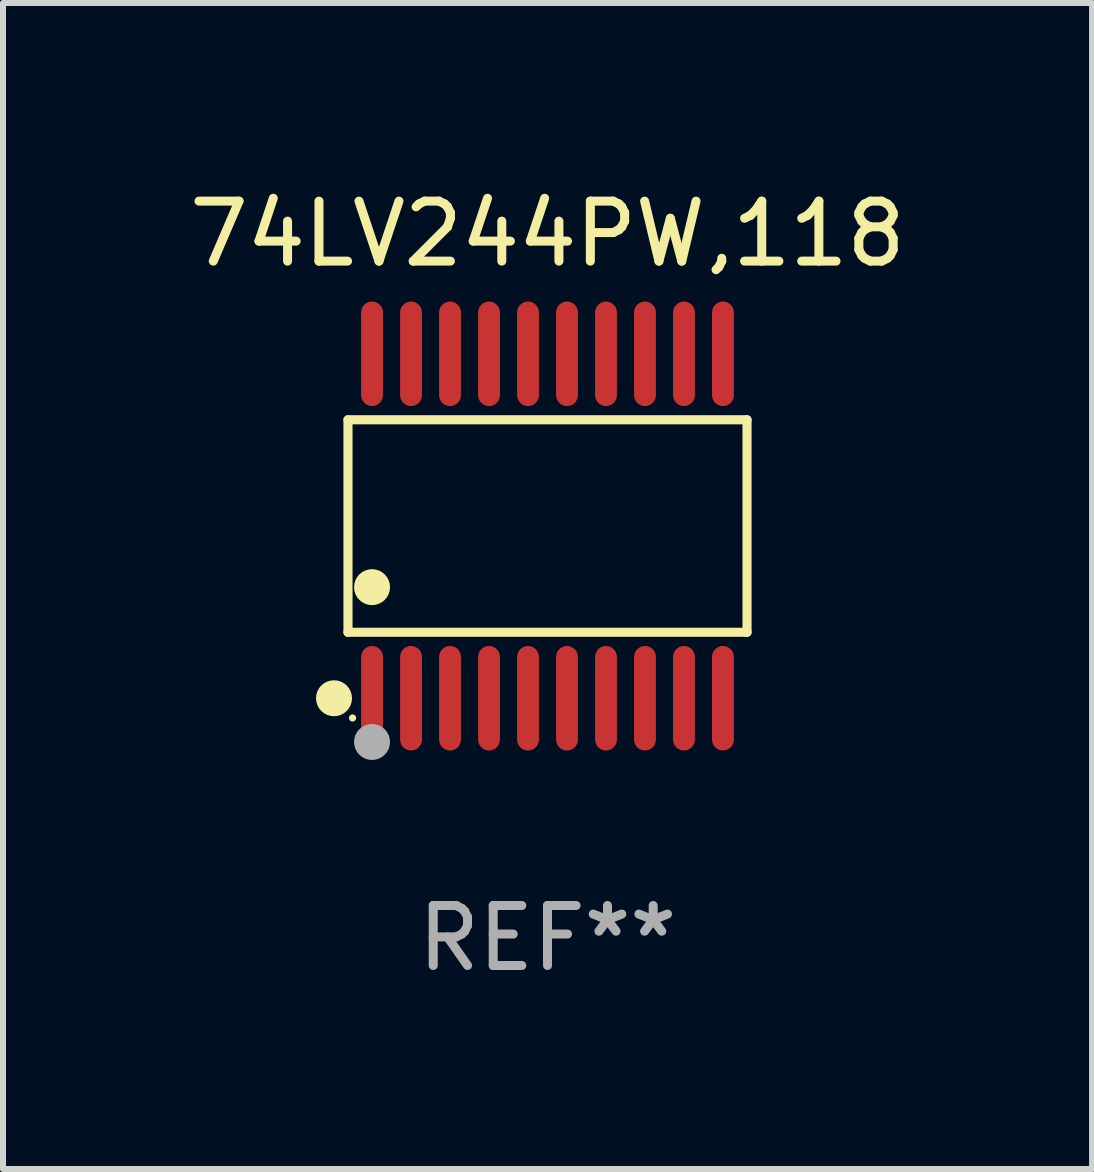
<source format=kicad_pcb>
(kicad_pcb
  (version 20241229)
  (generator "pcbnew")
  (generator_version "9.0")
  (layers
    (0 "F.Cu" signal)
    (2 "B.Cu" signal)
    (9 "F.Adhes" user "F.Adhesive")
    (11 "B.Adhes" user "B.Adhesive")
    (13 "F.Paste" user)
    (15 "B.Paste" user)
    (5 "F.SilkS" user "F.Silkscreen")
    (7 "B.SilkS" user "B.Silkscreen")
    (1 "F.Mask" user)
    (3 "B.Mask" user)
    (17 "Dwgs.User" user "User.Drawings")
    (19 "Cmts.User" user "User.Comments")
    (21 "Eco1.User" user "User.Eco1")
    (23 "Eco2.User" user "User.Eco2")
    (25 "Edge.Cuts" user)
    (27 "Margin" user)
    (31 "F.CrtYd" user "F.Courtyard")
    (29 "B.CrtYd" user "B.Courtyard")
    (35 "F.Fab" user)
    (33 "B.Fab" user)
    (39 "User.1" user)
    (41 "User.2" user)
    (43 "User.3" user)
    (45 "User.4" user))
  (footprint "74LV244PW,118"
    (layer "F.Cu")
    (at 6.077 5.719)
    (property "Reference" "74LV244PW,118" (at 0 -4.871 0) (layer "F.SilkS") (effects (font (size 1 1) (thickness 0.15))))
    (attr through_hole)
    (fp_line (start -3.326 -1.771) (end 3.326 -1.771) (stroke (width 0.152) (type solid)) (layer "F.SilkS"))
    (fp_line (start -3.326 1.771) (end -3.326 -1.771) (stroke (width 0.152) (type solid)) (layer "F.SilkS"))
    (fp_line (start 3.326 -1.771) (end 3.326 1.771) (stroke (width 0.152) (type solid)) (layer "F.SilkS"))
    (fp_line (start 3.326 1.771) (end -3.326 1.771) (stroke (width 0.152) (type solid)) (layer "F.SilkS"))
    (fp_circle (center -3.559 2.871) (end -3.409 2.871) (stroke (width 0.3) (type solid)) (fill no) (layer "F.SilkS"))
    (fp_circle (center -3.25 3.2) (end -3.22 3.2) (stroke (width 0.06) (type solid)) (fill no) (layer "F.SilkS"))
    (fp_circle (center -2.925 1.019) (end -2.775 1.019) (stroke (width 0.3) (type solid)) (fill no) (layer "F.SilkS"))
    (fp_circle (center -2.925 3.6) (end -2.775 3.6) (stroke (width 0.3) (type solid)) (fill no) (layer "F.Fab"))
    (fp_text user "REF**" (at 0 6.871 0) (layer "F.Fab") (effects (font (size 1 1) (thickness 0.15))))
    (pad "1" smd oval (at -2.925 2.871) (size 0.364 1.742) (layers "F.Cu" "F.Mask" "F.Paste"))
    (pad "2" smd oval (at -2.275 2.871) (size 0.364 1.742) (layers "F.Cu" "F.Mask" "F.Paste"))
    (pad "3" smd oval (at -1.625 2.871) (size 0.364 1.742) (layers "F.Cu" "F.Mask" "F.Paste"))
    (pad "4" smd oval (at -0.975 2.871) (size 0.364 1.742) (layers "F.Cu" "F.Mask" "F.Paste"))
    (pad "5" smd oval (at -0.325 2.871) (size 0.364 1.742) (layers "F.Cu" "F.Mask" "F.Paste"))
    (pad "6" smd oval (at 0.325 2.871) (size 0.364 1.742) (layers "F.Cu" "F.Mask" "F.Paste"))
    (pad "7" smd oval (at 0.975 2.871) (size 0.364 1.742) (layers "F.Cu" "F.Mask" "F.Paste"))
    (pad "8" smd oval (at 1.625 2.871) (size 0.364 1.742) (layers "F.Cu" "F.Mask" "F.Paste"))
    (pad "9" smd oval (at 2.275 2.871) (size 0.364 1.742) (layers "F.Cu" "F.Mask" "F.Paste"))
    (pad "10" smd oval (at 2.925 2.871) (size 0.364 1.742) (layers "F.Cu" "F.Mask" "F.Paste"))
    (pad "11" smd oval (at 2.925 -2.871) (size 0.364 1.742) (layers "F.Cu" "F.Mask" "F.Paste"))
    (pad "12" smd oval (at 2.275 -2.871) (size 0.364 1.742) (layers "F.Cu" "F.Mask" "F.Paste"))
    (pad "13" smd oval (at 1.625 -2.871) (size 0.364 1.742) (layers "F.Cu" "F.Mask" "F.Paste"))
    (pad "14" smd oval (at 0.975 -2.871) (size 0.364 1.742) (layers "F.Cu" "F.Mask" "F.Paste"))
    (pad "15" smd oval (at 0.325 -2.871) (size 0.364 1.742) (layers "F.Cu" "F.Mask" "F.Paste"))
    (pad "16" smd oval (at -0.325 -2.871) (size 0.364 1.742) (layers "F.Cu" "F.Mask" "F.Paste"))
    (pad "17" smd oval (at -0.975 -2.871) (size 0.364 1.742) (layers "F.Cu" "F.Mask" "F.Paste"))
    (pad "18" smd oval (at -1.625 -2.871) (size 0.364 1.742) (layers "F.Cu" "F.Mask" "F.Paste"))
    (pad "19" smd oval (at -2.275 -2.871) (size 0.364 1.742) (layers "F.Cu" "F.Mask" "F.Paste"))
    (pad "20" smd oval (at -2.925 -2.871) (size 0.364 1.742) (layers "F.Cu" "F.Mask" "F.Paste")))
  (gr_rect
    (start -3 -3)
    (end 15.155 16.438)
    (stroke (width 0.1) (type default))
    (fill no)
    (layer "Edge.Cuts")))
</source>
